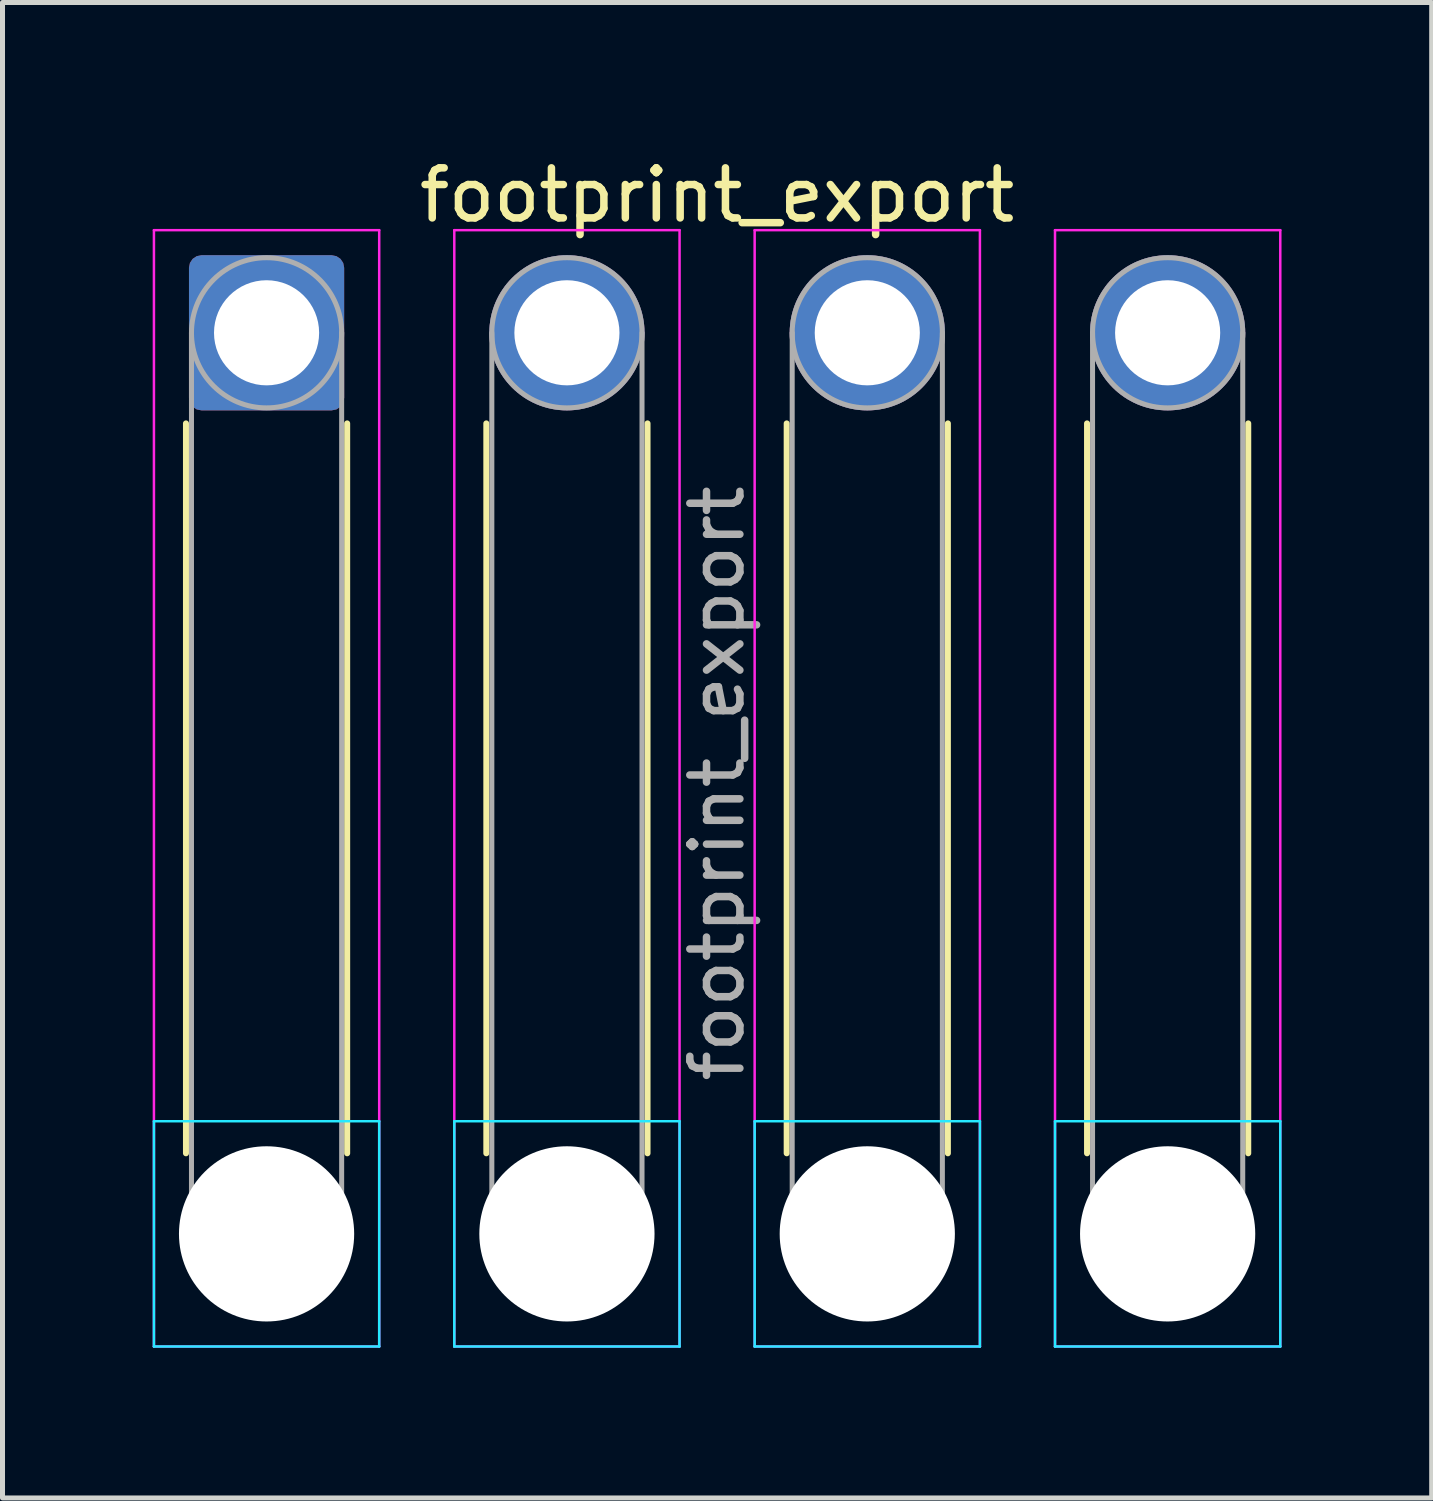
<source format=kicad_pcb>
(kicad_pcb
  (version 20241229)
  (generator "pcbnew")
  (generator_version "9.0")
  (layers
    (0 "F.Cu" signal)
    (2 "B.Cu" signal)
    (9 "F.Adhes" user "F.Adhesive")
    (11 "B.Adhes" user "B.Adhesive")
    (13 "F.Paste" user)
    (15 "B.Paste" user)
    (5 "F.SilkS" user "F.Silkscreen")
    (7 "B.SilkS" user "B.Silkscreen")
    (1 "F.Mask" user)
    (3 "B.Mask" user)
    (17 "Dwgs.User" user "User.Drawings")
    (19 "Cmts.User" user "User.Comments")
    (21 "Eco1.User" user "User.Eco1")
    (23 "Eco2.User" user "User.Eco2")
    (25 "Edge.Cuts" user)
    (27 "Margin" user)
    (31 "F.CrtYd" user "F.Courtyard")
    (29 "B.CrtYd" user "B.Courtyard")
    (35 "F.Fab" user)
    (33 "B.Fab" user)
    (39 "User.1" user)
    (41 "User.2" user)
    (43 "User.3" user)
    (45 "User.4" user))
  (footprint "footprint_export"
    (layer "F.Cu")
    (at 2.275 3.598)
    (property "Reference" "footprint_export" (at 9 -2.75 0) (layer "F.SilkS") (effects (font (size 1 1) (thickness 0.15))))
    (attr exclude_from_pos_files exclude_from_bom)
    (fp_line (start -1.61 1.81) (end -1.61 16.39) (stroke (width 0.12) (type solid)) (layer "F.SilkS"))
    (fp_line (start 1.61 1.81) (end 1.61 16.39) (stroke (width 0.12) (type solid)) (layer "F.SilkS"))
    (fp_line (start 4.39 1.81) (end 4.39 16.39) (stroke (width 0.12) (type solid)) (layer "F.SilkS"))
    (fp_line (start 7.61 1.81) (end 7.61 16.39) (stroke (width 0.12) (type solid)) (layer "F.SilkS"))
    (fp_line (start 10.39 1.81) (end 10.39 16.39) (stroke (width 0.12) (type solid)) (layer "F.SilkS"))
    (fp_line (start 13.61 1.81) (end 13.61 16.39) (stroke (width 0.12) (type solid)) (layer "F.SilkS"))
    (fp_line (start 16.39 1.81) (end 16.39 16.39) (stroke (width 0.12) (type solid)) (layer "F.SilkS"))
    (fp_line (start 19.61 1.81) (end 19.61 16.39) (stroke (width 0.12) (type solid)) (layer "F.SilkS"))
    (fp_line (start -2.25 15.75) (end -2.25 20.25) (stroke (width 0.05) (type solid)) (layer "B.CrtYd"))
    (fp_line (start -2.25 20.25) (end 2.25 20.25) (stroke (width 0.05) (type solid)) (layer "B.CrtYd"))
    (fp_line (start 2.25 15.75) (end -2.25 15.75) (stroke (width 0.05) (type solid)) (layer "B.CrtYd"))
    (fp_line (start 2.25 20.25) (end 2.25 15.75) (stroke (width 0.05) (type solid)) (layer "B.CrtYd"))
    (fp_line (start 3.75 15.75) (end 3.75 20.25) (stroke (width 0.05) (type solid)) (layer "B.CrtYd"))
    (fp_line (start 3.75 20.25) (end 8.25 20.25) (stroke (width 0.05) (type solid)) (layer "B.CrtYd"))
    (fp_line (start 8.25 15.75) (end 3.75 15.75) (stroke (width 0.05) (type solid)) (layer "B.CrtYd"))
    (fp_line (start 8.25 20.25) (end 8.25 15.75) (stroke (width 0.05) (type solid)) (layer "B.CrtYd"))
    (fp_line (start 9.75 15.75) (end 9.75 20.25) (stroke (width 0.05) (type solid)) (layer "B.CrtYd"))
    (fp_line (start 9.75 20.25) (end 14.25 20.25) (stroke (width 0.05) (type solid)) (layer "B.CrtYd"))
    (fp_line (start 14.25 15.75) (end 9.75 15.75) (stroke (width 0.05) (type solid)) (layer "B.CrtYd"))
    (fp_line (start 14.25 20.25) (end 14.25 15.75) (stroke (width 0.05) (type solid)) (layer "B.CrtYd"))
    (fp_line (start 15.75 15.75) (end 15.75 20.25) (stroke (width 0.05) (type solid)) (layer "B.CrtYd"))
    (fp_line (start 15.75 20.25) (end 20.25 20.25) (stroke (width 0.05) (type solid)) (layer "B.CrtYd"))
    (fp_line (start 20.25 15.75) (end 15.75 15.75) (stroke (width 0.05) (type solid)) (layer "B.CrtYd"))
    (fp_line (start 20.25 20.25) (end 20.25 15.75) (stroke (width 0.05) (type solid)) (layer "B.CrtYd"))
    (fp_line (start -2.25 -2.05) (end -2.25 20.25) (stroke (width 0.05) (type solid)) (layer "F.CrtYd"))
    (fp_line (start -2.25 20.25) (end 2.25 20.25) (stroke (width 0.05) (type solid)) (layer "F.CrtYd"))
    (fp_line (start 2.25 -2.05) (end -2.25 -2.05) (stroke (width 0.05) (type solid)) (layer "F.CrtYd"))
    (fp_line (start 2.25 20.25) (end 2.25 -2.05) (stroke (width 0.05) (type solid)) (layer "F.CrtYd"))
    (fp_line (start 3.75 -2.05) (end 3.75 20.25) (stroke (width 0.05) (type solid)) (layer "F.CrtYd"))
    (fp_line (start 3.75 20.25) (end 8.25 20.25) (stroke (width 0.05) (type solid)) (layer "F.CrtYd"))
    (fp_line (start 8.25 -2.05) (end 3.75 -2.05) (stroke (width 0.05) (type solid)) (layer "F.CrtYd"))
    (fp_line (start 8.25 20.25) (end 8.25 -2.05) (stroke (width 0.05) (type solid)) (layer "F.CrtYd"))
    (fp_line (start 9.75 -2.05) (end 9.75 20.25) (stroke (width 0.05) (type solid)) (layer "F.CrtYd"))
    (fp_line (start 9.75 20.25) (end 14.25 20.25) (stroke (width 0.05) (type solid)) (layer "F.CrtYd"))
    (fp_line (start 14.25 -2.05) (end 9.75 -2.05) (stroke (width 0.05) (type solid)) (layer "F.CrtYd"))
    (fp_line (start 14.25 20.25) (end 14.25 -2.05) (stroke (width 0.05) (type solid)) (layer "F.CrtYd"))
    (fp_line (start 15.75 -2.05) (end 15.75 20.25) (stroke (width 0.05) (type solid)) (layer "F.CrtYd"))
    (fp_line (start 15.75 20.25) (end 20.25 20.25) (stroke (width 0.05) (type solid)) (layer "F.CrtYd"))
    (fp_line (start 20.25 -2.05) (end 15.75 -2.05) (stroke (width 0.05) (type solid)) (layer "F.CrtYd"))
    (fp_line (start 20.25 20.25) (end 20.25 -2.05) (stroke (width 0.05) (type solid)) (layer "F.CrtYd"))
    (fp_line (start -1.5 0) (end -1.5 18) (stroke (width 0.1) (type solid)) (layer "F.Fab"))
    (fp_line (start 1.5 0) (end 1.5 18) (stroke (width 0.1) (type solid)) (layer "F.Fab"))
    (fp_line (start 4.5 0) (end 4.5 18) (stroke (width 0.1) (type solid)) (layer "F.Fab"))
    (fp_line (start 7.5 0) (end 7.5 18) (stroke (width 0.1) (type solid)) (layer "F.Fab"))
    (fp_line (start 10.5 0) (end 10.5 18) (stroke (width 0.1) (type solid)) (layer "F.Fab"))
    (fp_line (start 13.5 0) (end 13.5 18) (stroke (width 0.1) (type solid)) (layer "F.Fab"))
    (fp_line (start 16.5 0) (end 16.5 18) (stroke (width 0.1) (type solid)) (layer "F.Fab"))
    (fp_line (start 19.5 0) (end 19.5 18) (stroke (width 0.1) (type solid)) (layer "F.Fab"))
    (fp_circle (center 0 0) (end 1.5 0) (stroke (width 0.1) (type solid)) (fill no) (layer "F.Fab"))
    (fp_circle (center 0 18) (end 1.5 18) (stroke (width 0.1) (type solid)) (fill no) (layer "F.Fab"))
    (fp_circle (center 6 0) (end 7.5 0) (stroke (width 0.1) (type solid)) (fill no) (layer "F.Fab"))
    (fp_circle (center 6 18) (end 7.5 18) (stroke (width 0.1) (type solid)) (fill no) (layer "F.Fab"))
    (fp_circle (center 12 0) (end 13.5 0) (stroke (width 0.1) (type solid)) (fill no) (layer "F.Fab"))
    (fp_circle (center 12 18) (end 13.5 18) (stroke (width 0.1) (type solid)) (fill no) (layer "F.Fab"))
    (fp_circle (center 18 0) (end 19.5 0) (stroke (width 0.1) (type solid)) (fill no) (layer "F.Fab"))
    (fp_circle (center 18 18) (end 19.5 18) (stroke (width 0.1) (type solid)) (fill no) (layer "F.Fab"))
    (fp_text user "${REFERENCE}" (at 9 9 90) (layer "F.Fab") (effects (font (size 1 1) (thickness 0.15))))
    (pad "" np_thru_hole circle (at 0 18) (size 3.5 3.5) (drill 3.5) (layers "*.Cu" "*.Mask"))
    (pad "" np_thru_hole circle (at 6 18) (size 3.5 3.5) (drill 3.5) (layers "*.Cu" "*.Mask"))
    (pad "" np_thru_hole circle (at 12 18) (size 3.5 3.5) (drill 3.5) (layers "*.Cu" "*.Mask"))
    (pad "" np_thru_hole circle (at 18 18) (size 3.5 3.5) (drill 3.5) (layers "*.Cu" "*.Mask"))
    (pad "1" thru_hole roundrect (at 0 0) (size 3.1 3.1) (drill 2.1) (layers "*.Cu" "*.Mask") (roundrect_rratio 0.081))
    (pad "2" thru_hole circle (at 6 0) (size 3.1 3.1) (drill 2.1) (layers "*.Cu" "*.Mask"))
    (pad "3" thru_hole circle (at 12 0) (size 3.1 3.1) (drill 2.1) (layers "*.Cu" "*.Mask"))
    (pad "4" thru_hole circle (at 18 0) (size 3.1 3.1) (drill 2.1) (layers "*.Cu" "*.Mask")))
  (gr_rect
    (start -3 -3)
    (end 25.55 26.873)
    (stroke (width 0.1) (type default))
    (fill no)
    (layer "Edge.Cuts")))
</source>
